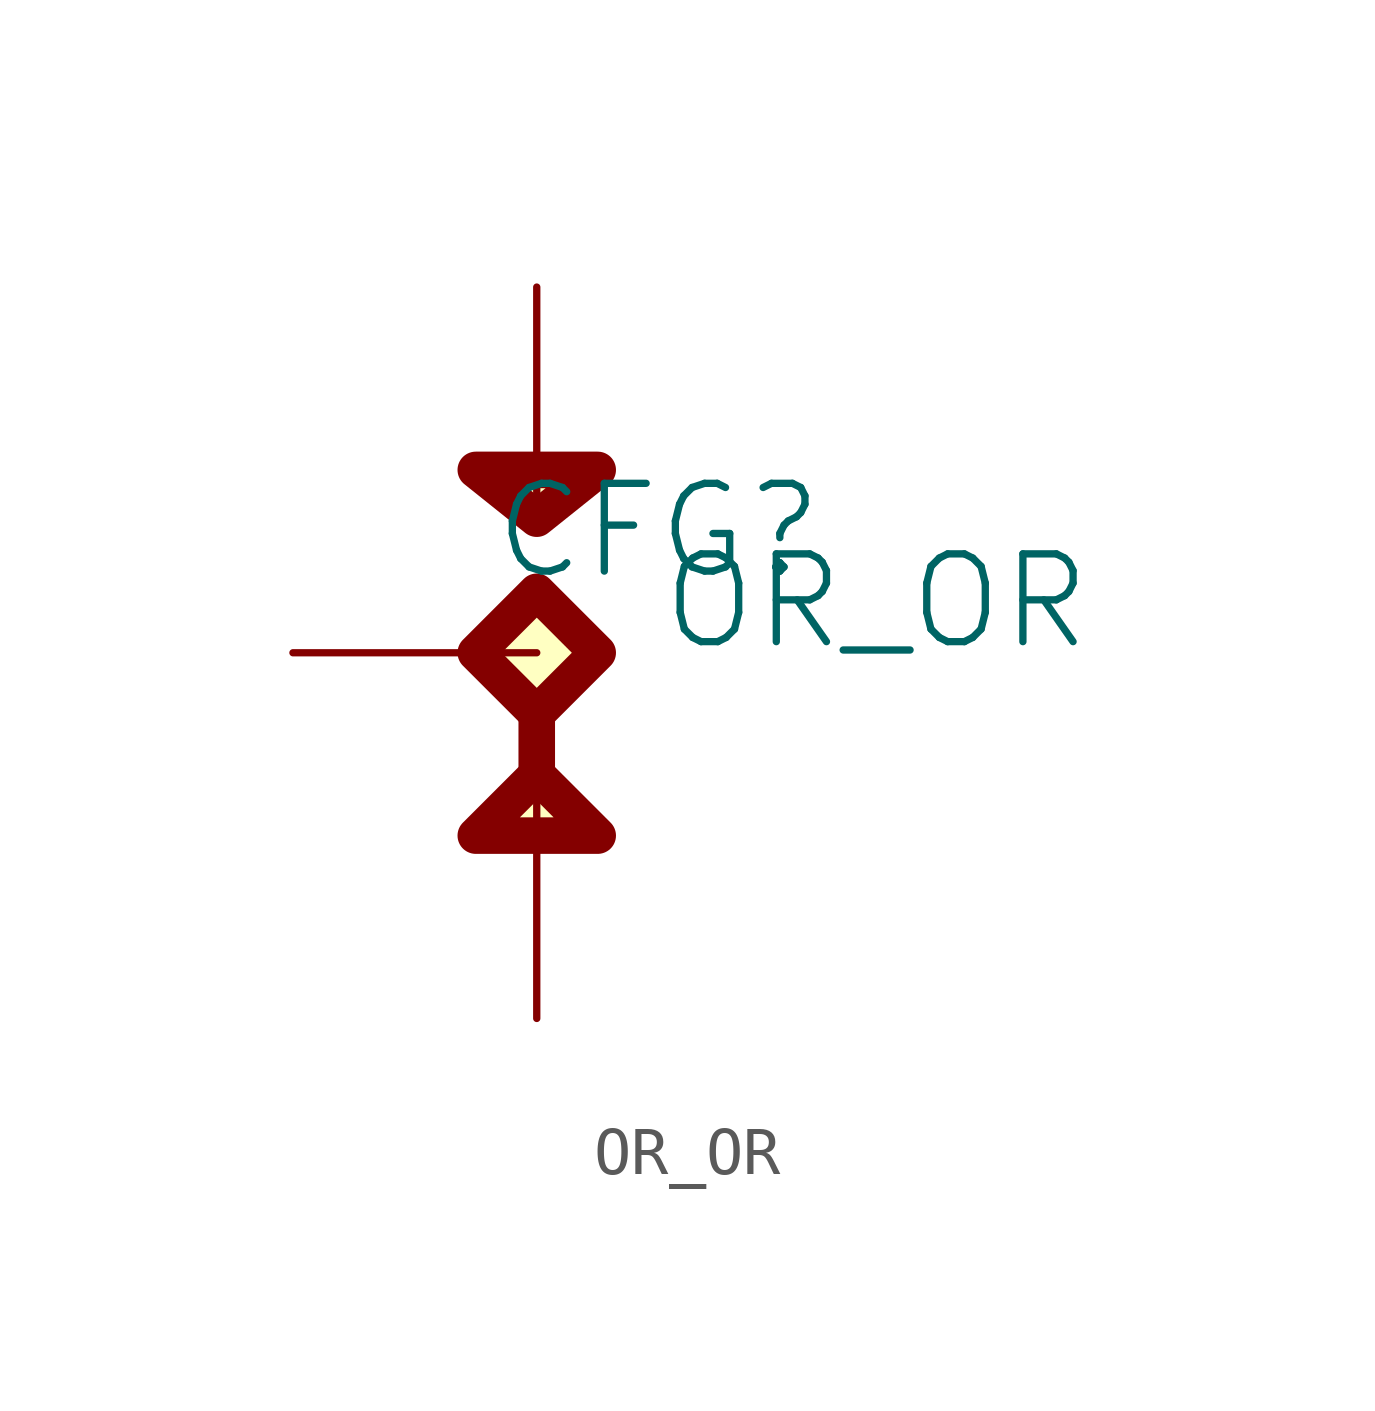
<source format=kicad_sym>
(kicad_symbol_lib
  (version 20231120)
  (generator "kicad_symbol_editor")
  (generator_version "8.0")
  (symbol "OR_OR"
    (power)
    (property "Reference" "CFG"
      (at 2.54 2.54 0)
      (effects (font (size 1.829 1.829))))
    (property "Value" "OR_OR"
      (at 2.54 0 0)
      (effects (font (size 1.829 1.829)) (justify left bottom)))
    (symbol "OR_OR_1_0"
      (polyline (pts (xy 0 -1.27) (xy 0 -2.54) (xy 0 -1.27)) (stroke (width 0.762) (type solid)) (fill (type background)))
      (polyline (pts (xy 0 -2.54) (xy 1.27 -3.81) (xy -1.27 -3.81) (xy 0 -2.54)) (stroke (width 0.762) (type solid)) (fill (type background)))
      (polyline (pts (xy 0 2.794) (xy 1.27 3.81) (xy -1.27 3.81) (xy 0 2.794)) (stroke (width 0.762) (type solid)) (fill (type background)))
      (polyline (pts (xy -1.27 0) (xy 0 1.27) (xy 1.27 0) (xy 0 -1.27) (xy -1.27 0) (xy -1.27 0)) (stroke (width 0.762) (type solid)) (fill (type background)))
      (pin passive line (at -5.08 0 0) (length 5.08) (name "0" (effects (font (size 0 0)))) (number "0" (effects (font (size 0 0)))))
      (pin passive line (at 0 7.62 270) (length 5.08) (name "1" (effects (font (size 0 0)))) (number "1" (effects (font (size 0 0)))))
      (pin passive line (at 0 -7.62 90) (length 5.08) (name "2" (effects (font (size 0 0)))) (number "2" (effects (font (size 0 0))))))))
</source>
